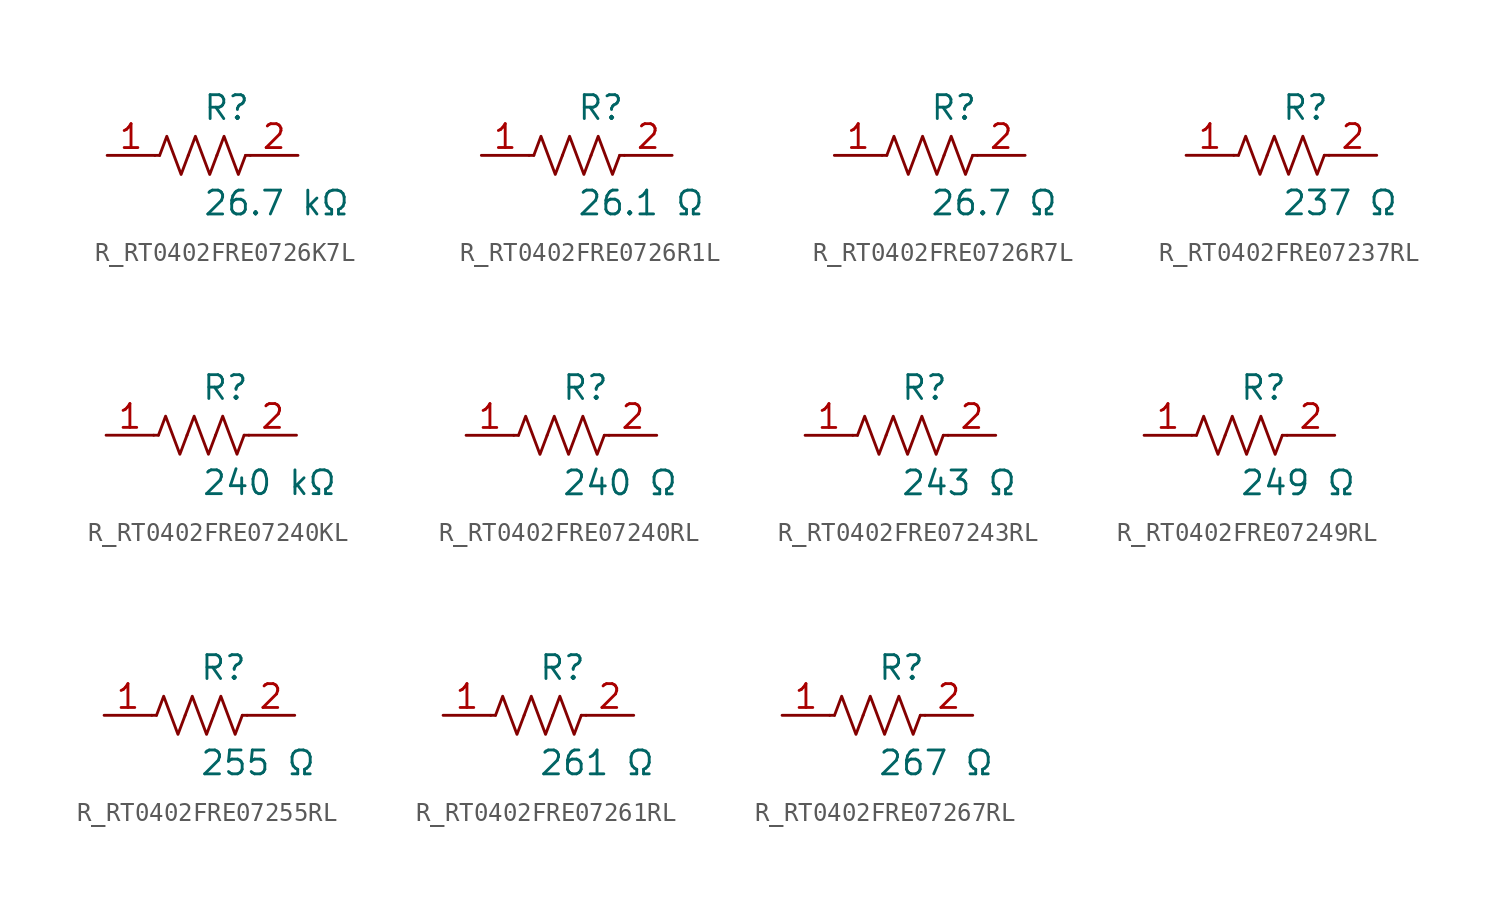
<source format=kicad_sym>
(kicad_symbol_lib
  (version 20231120)
  (generator kicad_symbol_editor)
  (generator_version 8.0)
  (symbol "R_RT0402FRE0726K7L"
    (pin_names
      (offset 0.254))
    (property "Reference" "R"
      (at 0.0 2.54 0)
      (effects (font (size 1.27 1.27)) (justify left)))
    (property "Value" "26.7 kΩ"
      (at 0.0 -2.54 0)
      (effects (font (size 1.27 1.27)) (justify left)))
    (symbol "R_RT0402FRE0726K7L_0_1"
      (polyline (pts (xy 2.286 0) (xy 2.54 0)) (stroke (width 0) (type default)) (fill (type none)))
      (polyline (pts (xy -2.286 0) (xy -2.54 0)) (stroke (width 0) (type default)) (fill (type none)))
      (polyline (pts (xy 0.762 0) (xy 1.143 1.016) (xy 1.524 0) (xy 1.905 -1.016) (xy 2.286 0)) (stroke (width 0) (type default)) (fill (type none)))
      (polyline (pts (xy -0.762 0) (xy -0.381 1.016) (xy 0 0) (xy 0.381 -1.016) (xy 0.762 0)) (stroke (width 0) (type default)) (fill (type none)))
      (polyline (pts (xy -2.286 0) (xy -1.905 1.016) (xy -1.524 0) (xy -1.143 -1.016) (xy -0.762 0)) (stroke (width 0) (type default)) (fill (type none))))
    (pin unspecified line
      (at -5.08 0 0)
      (length 2.54)
      (name "" (effects (font (size 1.27 1.27))))
      (number "1" (effects (font (size 1.27 1.27)))))
    (pin unspecified line
      (at 5.08 0 180)
      (length 2.54)
      (name "" (effects (font (size 1.27 1.27))))
      (number "2" (effects (font (size 1.27 1.27))))))
  (symbol "R_RT0402FRE0726R1L"
    (pin_names
      (offset 0.254))
    (property "Reference" "R"
      (at 0.0 2.54 0)
      (effects (font (size 1.27 1.27)) (justify left)))
    (property "Value" "26.1 Ω"
      (at 0.0 -2.54 0)
      (effects (font (size 1.27 1.27)) (justify left)))
    (symbol "R_RT0402FRE0726R1L_0_1"
      (polyline (pts (xy 2.286 0) (xy 2.54 0)) (stroke (width 0) (type default)) (fill (type none)))
      (polyline (pts (xy -2.286 0) (xy -2.54 0)) (stroke (width 0) (type default)) (fill (type none)))
      (polyline (pts (xy 0.762 0) (xy 1.143 1.016) (xy 1.524 0) (xy 1.905 -1.016) (xy 2.286 0)) (stroke (width 0) (type default)) (fill (type none)))
      (polyline (pts (xy -0.762 0) (xy -0.381 1.016) (xy 0 0) (xy 0.381 -1.016) (xy 0.762 0)) (stroke (width 0) (type default)) (fill (type none)))
      (polyline (pts (xy -2.286 0) (xy -1.905 1.016) (xy -1.524 0) (xy -1.143 -1.016) (xy -0.762 0)) (stroke (width 0) (type default)) (fill (type none))))
    (pin unspecified line
      (at -5.08 0 0)
      (length 2.54)
      (name "" (effects (font (size 1.27 1.27))))
      (number "1" (effects (font (size 1.27 1.27)))))
    (pin unspecified line
      (at 5.08 0 180)
      (length 2.54)
      (name "" (effects (font (size 1.27 1.27))))
      (number "2" (effects (font (size 1.27 1.27))))))
  (symbol "R_RT0402FRE0726R7L"
    (pin_names
      (offset 0.254))
    (property "Reference" "R"
      (at 0.0 2.54 0)
      (effects (font (size 1.27 1.27)) (justify left)))
    (property "Value" "26.7 Ω"
      (at 0.0 -2.54 0)
      (effects (font (size 1.27 1.27)) (justify left)))
    (symbol "R_RT0402FRE0726R7L_0_1"
      (polyline (pts (xy 2.286 0) (xy 2.54 0)) (stroke (width 0) (type default)) (fill (type none)))
      (polyline (pts (xy -2.286 0) (xy -2.54 0)) (stroke (width 0) (type default)) (fill (type none)))
      (polyline (pts (xy 0.762 0) (xy 1.143 1.016) (xy 1.524 0) (xy 1.905 -1.016) (xy 2.286 0)) (stroke (width 0) (type default)) (fill (type none)))
      (polyline (pts (xy -0.762 0) (xy -0.381 1.016) (xy 0 0) (xy 0.381 -1.016) (xy 0.762 0)) (stroke (width 0) (type default)) (fill (type none)))
      (polyline (pts (xy -2.286 0) (xy -1.905 1.016) (xy -1.524 0) (xy -1.143 -1.016) (xy -0.762 0)) (stroke (width 0) (type default)) (fill (type none))))
    (pin unspecified line
      (at -5.08 0 0)
      (length 2.54)
      (name "" (effects (font (size 1.27 1.27))))
      (number "1" (effects (font (size 1.27 1.27)))))
    (pin unspecified line
      (at 5.08 0 180)
      (length 2.54)
      (name "" (effects (font (size 1.27 1.27))))
      (number "2" (effects (font (size 1.27 1.27))))))
  (symbol "R_RT0402FRE07237RL"
    (pin_names
      (offset 0.254))
    (property "Reference" "R"
      (at 0.0 2.54 0)
      (effects (font (size 1.27 1.27)) (justify left)))
    (property "Value" "237 Ω"
      (at 0.0 -2.54 0)
      (effects (font (size 1.27 1.27)) (justify left)))
    (symbol "R_RT0402FRE07237RL_0_1"
      (polyline (pts (xy 2.286 0) (xy 2.54 0)) (stroke (width 0) (type default)) (fill (type none)))
      (polyline (pts (xy -2.286 0) (xy -2.54 0)) (stroke (width 0) (type default)) (fill (type none)))
      (polyline (pts (xy 0.762 0) (xy 1.143 1.016) (xy 1.524 0) (xy 1.905 -1.016) (xy 2.286 0)) (stroke (width 0) (type default)) (fill (type none)))
      (polyline (pts (xy -0.762 0) (xy -0.381 1.016) (xy 0 0) (xy 0.381 -1.016) (xy 0.762 0)) (stroke (width 0) (type default)) (fill (type none)))
      (polyline (pts (xy -2.286 0) (xy -1.905 1.016) (xy -1.524 0) (xy -1.143 -1.016) (xy -0.762 0)) (stroke (width 0) (type default)) (fill (type none))))
    (pin unspecified line
      (at -5.08 0 0)
      (length 2.54)
      (name "" (effects (font (size 1.27 1.27))))
      (number "1" (effects (font (size 1.27 1.27)))))
    (pin unspecified line
      (at 5.08 0 180)
      (length 2.54)
      (name "" (effects (font (size 1.27 1.27))))
      (number "2" (effects (font (size 1.27 1.27))))))
  (symbol "R_RT0402FRE07240KL"
    (pin_names
      (offset 0.254))
    (property "Reference" "R"
      (at 0.0 2.54 0)
      (effects (font (size 1.27 1.27)) (justify left)))
    (property "Value" "240 kΩ"
      (at 0.0 -2.54 0)
      (effects (font (size 1.27 1.27)) (justify left)))
    (symbol "R_RT0402FRE07240KL_0_1"
      (polyline (pts (xy 2.286 0) (xy 2.54 0)) (stroke (width 0) (type default)) (fill (type none)))
      (polyline (pts (xy -2.286 0) (xy -2.54 0)) (stroke (width 0) (type default)) (fill (type none)))
      (polyline (pts (xy 0.762 0) (xy 1.143 1.016) (xy 1.524 0) (xy 1.905 -1.016) (xy 2.286 0)) (stroke (width 0) (type default)) (fill (type none)))
      (polyline (pts (xy -0.762 0) (xy -0.381 1.016) (xy 0 0) (xy 0.381 -1.016) (xy 0.762 0)) (stroke (width 0) (type default)) (fill (type none)))
      (polyline (pts (xy -2.286 0) (xy -1.905 1.016) (xy -1.524 0) (xy -1.143 -1.016) (xy -0.762 0)) (stroke (width 0) (type default)) (fill (type none))))
    (pin unspecified line
      (at -5.08 0 0)
      (length 2.54)
      (name "" (effects (font (size 1.27 1.27))))
      (number "1" (effects (font (size 1.27 1.27)))))
    (pin unspecified line
      (at 5.08 0 180)
      (length 2.54)
      (name "" (effects (font (size 1.27 1.27))))
      (number "2" (effects (font (size 1.27 1.27))))))
  (symbol "R_RT0402FRE07240RL"
    (pin_names
      (offset 0.254))
    (property "Reference" "R"
      (at 0.0 2.54 0)
      (effects (font (size 1.27 1.27)) (justify left)))
    (property "Value" "240 Ω"
      (at 0.0 -2.54 0)
      (effects (font (size 1.27 1.27)) (justify left)))
    (symbol "R_RT0402FRE07240RL_0_1"
      (polyline (pts (xy 2.286 0) (xy 2.54 0)) (stroke (width 0) (type default)) (fill (type none)))
      (polyline (pts (xy -2.286 0) (xy -2.54 0)) (stroke (width 0) (type default)) (fill (type none)))
      (polyline (pts (xy 0.762 0) (xy 1.143 1.016) (xy 1.524 0) (xy 1.905 -1.016) (xy 2.286 0)) (stroke (width 0) (type default)) (fill (type none)))
      (polyline (pts (xy -0.762 0) (xy -0.381 1.016) (xy 0 0) (xy 0.381 -1.016) (xy 0.762 0)) (stroke (width 0) (type default)) (fill (type none)))
      (polyline (pts (xy -2.286 0) (xy -1.905 1.016) (xy -1.524 0) (xy -1.143 -1.016) (xy -0.762 0)) (stroke (width 0) (type default)) (fill (type none))))
    (pin unspecified line
      (at -5.08 0 0)
      (length 2.54)
      (name "" (effects (font (size 1.27 1.27))))
      (number "1" (effects (font (size 1.27 1.27)))))
    (pin unspecified line
      (at 5.08 0 180)
      (length 2.54)
      (name "" (effects (font (size 1.27 1.27))))
      (number "2" (effects (font (size 1.27 1.27))))))
  (symbol "R_RT0402FRE07243RL"
    (pin_names
      (offset 0.254))
    (property "Reference" "R"
      (at 0.0 2.54 0)
      (effects (font (size 1.27 1.27)) (justify left)))
    (property "Value" "243 Ω"
      (at 0.0 -2.54 0)
      (effects (font (size 1.27 1.27)) (justify left)))
    (symbol "R_RT0402FRE07243RL_0_1"
      (polyline (pts (xy 2.286 0) (xy 2.54 0)) (stroke (width 0) (type default)) (fill (type none)))
      (polyline (pts (xy -2.286 0) (xy -2.54 0)) (stroke (width 0) (type default)) (fill (type none)))
      (polyline (pts (xy 0.762 0) (xy 1.143 1.016) (xy 1.524 0) (xy 1.905 -1.016) (xy 2.286 0)) (stroke (width 0) (type default)) (fill (type none)))
      (polyline (pts (xy -0.762 0) (xy -0.381 1.016) (xy 0 0) (xy 0.381 -1.016) (xy 0.762 0)) (stroke (width 0) (type default)) (fill (type none)))
      (polyline (pts (xy -2.286 0) (xy -1.905 1.016) (xy -1.524 0) (xy -1.143 -1.016) (xy -0.762 0)) (stroke (width 0) (type default)) (fill (type none))))
    (pin unspecified line
      (at -5.08 0 0)
      (length 2.54)
      (name "" (effects (font (size 1.27 1.27))))
      (number "1" (effects (font (size 1.27 1.27)))))
    (pin unspecified line
      (at 5.08 0 180)
      (length 2.54)
      (name "" (effects (font (size 1.27 1.27))))
      (number "2" (effects (font (size 1.27 1.27))))))
  (symbol "R_RT0402FRE07249RL"
    (pin_names
      (offset 0.254))
    (property "Reference" "R"
      (at 0.0 2.54 0)
      (effects (font (size 1.27 1.27)) (justify left)))
    (property "Value" "249 Ω"
      (at 0.0 -2.54 0)
      (effects (font (size 1.27 1.27)) (justify left)))
    (symbol "R_RT0402FRE07249RL_0_1"
      (polyline (pts (xy 2.286 0) (xy 2.54 0)) (stroke (width 0) (type default)) (fill (type none)))
      (polyline (pts (xy -2.286 0) (xy -2.54 0)) (stroke (width 0) (type default)) (fill (type none)))
      (polyline (pts (xy 0.762 0) (xy 1.143 1.016) (xy 1.524 0) (xy 1.905 -1.016) (xy 2.286 0)) (stroke (width 0) (type default)) (fill (type none)))
      (polyline (pts (xy -0.762 0) (xy -0.381 1.016) (xy 0 0) (xy 0.381 -1.016) (xy 0.762 0)) (stroke (width 0) (type default)) (fill (type none)))
      (polyline (pts (xy -2.286 0) (xy -1.905 1.016) (xy -1.524 0) (xy -1.143 -1.016) (xy -0.762 0)) (stroke (width 0) (type default)) (fill (type none))))
    (pin unspecified line
      (at -5.08 0 0)
      (length 2.54)
      (name "" (effects (font (size 1.27 1.27))))
      (number "1" (effects (font (size 1.27 1.27)))))
    (pin unspecified line
      (at 5.08 0 180)
      (length 2.54)
      (name "" (effects (font (size 1.27 1.27))))
      (number "2" (effects (font (size 1.27 1.27))))))
  (symbol "R_RT0402FRE07255RL"
    (pin_names
      (offset 0.254))
    (property "Reference" "R"
      (at 0.0 2.54 0)
      (effects (font (size 1.27 1.27)) (justify left)))
    (property "Value" "255 Ω"
      (at 0.0 -2.54 0)
      (effects (font (size 1.27 1.27)) (justify left)))
    (symbol "R_RT0402FRE07255RL_0_1"
      (polyline (pts (xy 2.286 0) (xy 2.54 0)) (stroke (width 0) (type default)) (fill (type none)))
      (polyline (pts (xy -2.286 0) (xy -2.54 0)) (stroke (width 0) (type default)) (fill (type none)))
      (polyline (pts (xy 0.762 0) (xy 1.143 1.016) (xy 1.524 0) (xy 1.905 -1.016) (xy 2.286 0)) (stroke (width 0) (type default)) (fill (type none)))
      (polyline (pts (xy -0.762 0) (xy -0.381 1.016) (xy 0 0) (xy 0.381 -1.016) (xy 0.762 0)) (stroke (width 0) (type default)) (fill (type none)))
      (polyline (pts (xy -2.286 0) (xy -1.905 1.016) (xy -1.524 0) (xy -1.143 -1.016) (xy -0.762 0)) (stroke (width 0) (type default)) (fill (type none))))
    (pin unspecified line
      (at -5.08 0 0)
      (length 2.54)
      (name "" (effects (font (size 1.27 1.27))))
      (number "1" (effects (font (size 1.27 1.27)))))
    (pin unspecified line
      (at 5.08 0 180)
      (length 2.54)
      (name "" (effects (font (size 1.27 1.27))))
      (number "2" (effects (font (size 1.27 1.27))))))
  (symbol "R_RT0402FRE07261RL"
    (pin_names
      (offset 0.254))
    (property "Reference" "R"
      (at 0.0 2.54 0)
      (effects (font (size 1.27 1.27)) (justify left)))
    (property "Value" "261 Ω"
      (at 0.0 -2.54 0)
      (effects (font (size 1.27 1.27)) (justify left)))
    (symbol "R_RT0402FRE07261RL_0_1"
      (polyline (pts (xy 2.286 0) (xy 2.54 0)) (stroke (width 0) (type default)) (fill (type none)))
      (polyline (pts (xy -2.286 0) (xy -2.54 0)) (stroke (width 0) (type default)) (fill (type none)))
      (polyline (pts (xy 0.762 0) (xy 1.143 1.016) (xy 1.524 0) (xy 1.905 -1.016) (xy 2.286 0)) (stroke (width 0) (type default)) (fill (type none)))
      (polyline (pts (xy -0.762 0) (xy -0.381 1.016) (xy 0 0) (xy 0.381 -1.016) (xy 0.762 0)) (stroke (width 0) (type default)) (fill (type none)))
      (polyline (pts (xy -2.286 0) (xy -1.905 1.016) (xy -1.524 0) (xy -1.143 -1.016) (xy -0.762 0)) (stroke (width 0) (type default)) (fill (type none))))
    (pin unspecified line
      (at -5.08 0 0)
      (length 2.54)
      (name "" (effects (font (size 1.27 1.27))))
      (number "1" (effects (font (size 1.27 1.27)))))
    (pin unspecified line
      (at 5.08 0 180)
      (length 2.54)
      (name "" (effects (font (size 1.27 1.27))))
      (number "2" (effects (font (size 1.27 1.27))))))
  (symbol "R_RT0402FRE07267RL"
    (pin_names
      (offset 0.254))
    (property "Reference" "R"
      (at 0.0 2.54 0)
      (effects (font (size 1.27 1.27)) (justify left)))
    (property "Value" "267 Ω"
      (at 0.0 -2.54 0)
      (effects (font (size 1.27 1.27)) (justify left)))
    (symbol "R_RT0402FRE07267RL_0_1"
      (polyline (pts (xy 2.286 0) (xy 2.54 0)) (stroke (width 0) (type default)) (fill (type none)))
      (polyline (pts (xy -2.286 0) (xy -2.54 0)) (stroke (width 0) (type default)) (fill (type none)))
      (polyline (pts (xy 0.762 0) (xy 1.143 1.016) (xy 1.524 0) (xy 1.905 -1.016) (xy 2.286 0)) (stroke (width 0) (type default)) (fill (type none)))
      (polyline (pts (xy -0.762 0) (xy -0.381 1.016) (xy 0 0) (xy 0.381 -1.016) (xy 0.762 0)) (stroke (width 0) (type default)) (fill (type none)))
      (polyline (pts (xy -2.286 0) (xy -1.905 1.016) (xy -1.524 0) (xy -1.143 -1.016) (xy -0.762 0)) (stroke (width 0) (type default)) (fill (type none))))
    (pin unspecified line
      (at -5.08 0 0)
      (length 2.54)
      (name "" (effects (font (size 1.27 1.27))))
      (number "1" (effects (font (size 1.27 1.27)))))
    (pin unspecified line
      (at 5.08 0 180)
      (length 2.54)
      (name "" (effects (font (size 1.27 1.27))))
      (number "2" (effects (font (size 1.27 1.27)))))))
</source>
